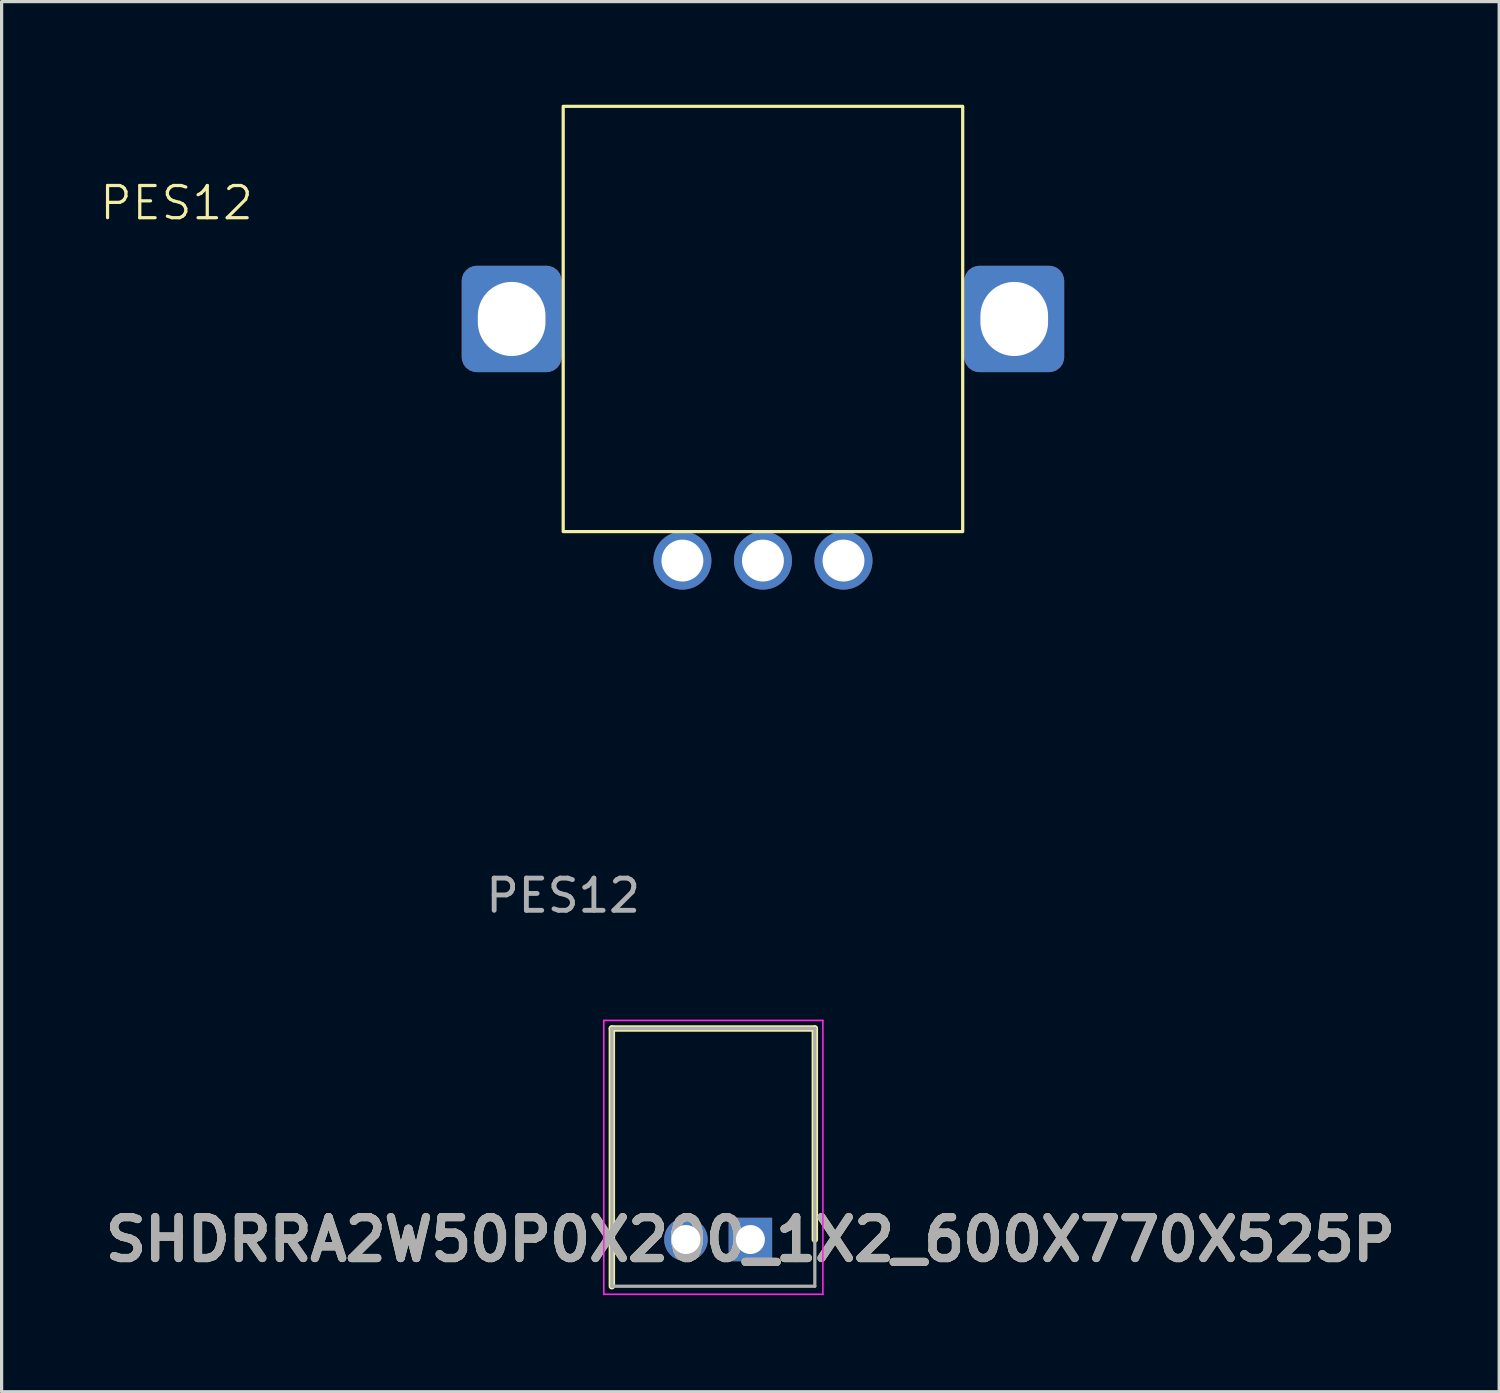
<source format=kicad_pcb>
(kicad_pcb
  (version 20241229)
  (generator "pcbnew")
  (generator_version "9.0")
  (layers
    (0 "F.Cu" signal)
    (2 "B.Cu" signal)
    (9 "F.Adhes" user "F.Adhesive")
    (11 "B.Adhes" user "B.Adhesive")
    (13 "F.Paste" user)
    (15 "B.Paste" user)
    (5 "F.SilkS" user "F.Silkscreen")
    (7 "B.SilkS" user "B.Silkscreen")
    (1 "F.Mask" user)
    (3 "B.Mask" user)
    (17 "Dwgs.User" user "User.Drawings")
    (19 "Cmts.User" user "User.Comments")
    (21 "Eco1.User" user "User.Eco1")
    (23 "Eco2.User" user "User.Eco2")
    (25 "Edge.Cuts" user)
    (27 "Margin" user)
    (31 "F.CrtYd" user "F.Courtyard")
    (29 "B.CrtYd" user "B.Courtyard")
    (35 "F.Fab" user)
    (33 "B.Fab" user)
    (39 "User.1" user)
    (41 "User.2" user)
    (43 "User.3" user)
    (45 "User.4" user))
  (footprint "PES12"
    (layer "F.Cu")
    (at 14.431 0.25)
    (property "Reference" "PES12" (at -12 3 0) (unlocked yes) (layer "F.SilkS") (effects (font (size 1 1) (thickness 0.1))))
    (attr smd)
    (fp_rect (start 0 0) (end 12.4 13.2) (stroke (width 0.1) (type solid)) (fill no) (layer "F.SilkS"))
    (fp_text user "${REFERENCE}" (at 0 24.5 0) (unlocked yes) (layer "F.Fab") (effects (font (size 1 1) (thickness 0.15))))
    (pad "" thru_hole roundrect (at -1.6 6.6) (size 3.1 3.3) (drill oval 2.1 2.3) (layers "*.Cu" "*.Mask") (roundrect_rratio 0.15))
    (pad "" thru_hole roundrect (at 14 6.6) (size 3.1 3.3) (drill oval 2.1 2.3) (layers "*.Cu" "*.Mask") (roundrect_rratio 0.15))
    (pad "A" thru_hole circle (at 3.7 14.1) (size 1.8 1.8) (drill 1.3) (layers "*.Cu" "*.Mask"))
    (pad "B" thru_hole circle (at 8.7 14.1) (size 1.8 1.8) (drill 1.3) (layers "*.Cu" "*.Mask"))
    (pad "C" thru_hole circle (at 6.2 14.1) (size 1.8 1.8) (drill 1.3) (layers "*.Cu" "*.Mask")))
  (footprint "SHDRRA2W50P0X200_1X2_600X770X525P"
    (layer "F.Cu")
    (at 20.241 35.423)
    (property "Reference" "SHDRRA2W50P0X200_1X2_600X770X525P" (at 0 0 0) (layer "F.SilkS") (effects (font (size 1.27 1.27) (thickness 0.254))))
    (attr through_hole)
    (fp_line (start -4.3 -6.55) (end -4.3 1.45) (stroke (width 0.2) (type solid)) (layer "F.SilkS"))
    (fp_line (start 2 -6.55) (end -4.3 -6.55) (stroke (width 0.2) (type solid)) (layer "F.SilkS"))
    (fp_line (start 2 0) (end 2 -6.55) (stroke (width 0.2) (type solid)) (layer "F.SilkS"))
    (fp_line (start -4.55 -6.8) (end 2.25 -6.8) (stroke (width 0.05) (type solid)) (layer "F.CrtYd"))
    (fp_line (start -4.55 1.7) (end -4.55 -6.8) (stroke (width 0.05) (type solid)) (layer "F.CrtYd"))
    (fp_line (start 2.25 -6.8) (end 2.25 1.7) (stroke (width 0.05) (type solid)) (layer "F.CrtYd"))
    (fp_line (start 2.25 1.7) (end -4.55 1.7) (stroke (width 0.05) (type solid)) (layer "F.CrtYd"))
    (fp_line (start -4.3 -6.55) (end 2 -6.55) (stroke (width 0.1) (type solid)) (layer "F.Fab"))
    (fp_line (start -4.3 1.45) (end -4.3 -6.55) (stroke (width 0.1) (type solid)) (layer "F.Fab"))
    (fp_line (start 2 -6.55) (end 2 1.45) (stroke (width 0.1) (type solid)) (layer "F.Fab"))
    (fp_line (start 2 1.45) (end -4.3 1.45) (stroke (width 0.1) (type solid)) (layer "F.Fab"))
    (fp_text user "${REFERENCE}" (at 0 0 0) (layer "F.Fab") (effects (font (size 1.27 1.27) (thickness 0.254))))
    (pad "1" thru_hole rect (at 0 0) (size 1.35 1.35) (drill 0.9) (layers "*.Cu" "*.Mask"))
    (pad "2" thru_hole circle (at -2 0) (size 1.35 1.35) (drill 0.9) (layers "*.Cu" "*.Mask")))
  (gr_rect
    (start -3 -3)
    (end 43.483 40.148)
    (stroke (width 0.1) (type default))
    (fill no)
    (layer "Edge.Cuts")))
</source>
